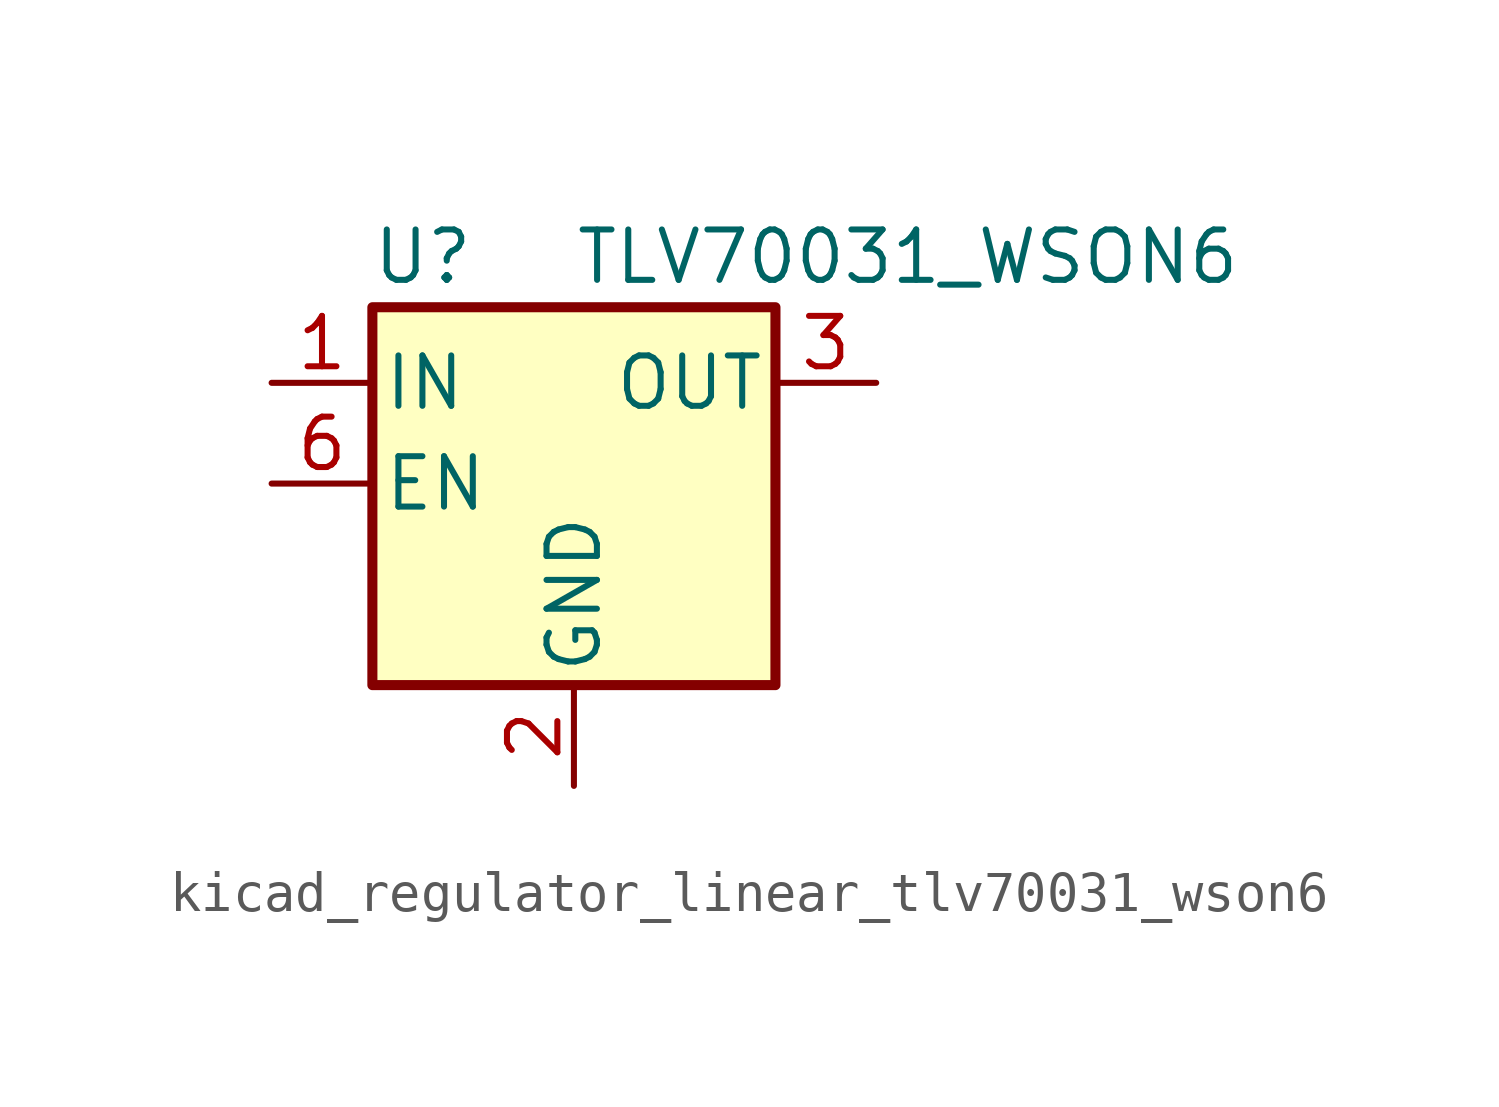
<source format=kicad_sym>
(kicad_symbol_lib
  (version 20220914)
  (generator kicad_symbol_editor)
  (symbol "kicad_regulator_linear_tlv70031_wson6"
    (pin_names
      (offset 0.254))
    (property "Reference" "U"
      (at -3.81 5.715 0)
      (effects (font (size 1.27 1.27))))
    (property "Value" "TLV70031_WSON6"
      (at 0 5.715 0)
      (effects (font (size 1.27 1.27)) (justify left)))
    (symbol "kicad_regulator_linear_tlv70031_wson6_0_1"
      (rectangle (start -5.08 4.445) (end 5.08 -5.08) (stroke (width 0.254) (type default)) (fill (type background))))
    (symbol "kicad_regulator_linear_tlv70031_wson6_1_1"
      (pin power_in line (at -7.62 2.54 0) (length 2.54) (name "IN" (effects (font (size 1.27 1.27)))) (number "1" (effects (font (size 1.27 1.27)))))
      (pin power_in line (at 0 -7.62 90) (length 2.54) (name "GND" (effects (font (size 1.27 1.27)))) (number "2" (effects (font (size 1.27 1.27)))))
      (pin power_out line (at 7.62 2.54 180) (length 2.54) (name "OUT" (effects (font (size 1.27 1.27)))) (number "3" (effects (font (size 1.27 1.27)))))
      (pin no_connect line (at 7.62 0 180) (length 2.54) hide (name "NC" (effects (font (size 1.27 1.27)))) (number "4" (effects (font (size 1.27 1.27)))))
      (pin no_connect line (at -2.54 -5.08 90) (length 2.54) hide (name "NC" (effects (font (size 1.27 1.27)))) (number "5" (effects (font (size 1.27 1.27)))))
      (pin input line (at -7.62 0 0) (length 2.54) (name "EN" (effects (font (size 1.27 1.27)))) (number "6" (effects (font (size 1.27 1.27))))))))
</source>
